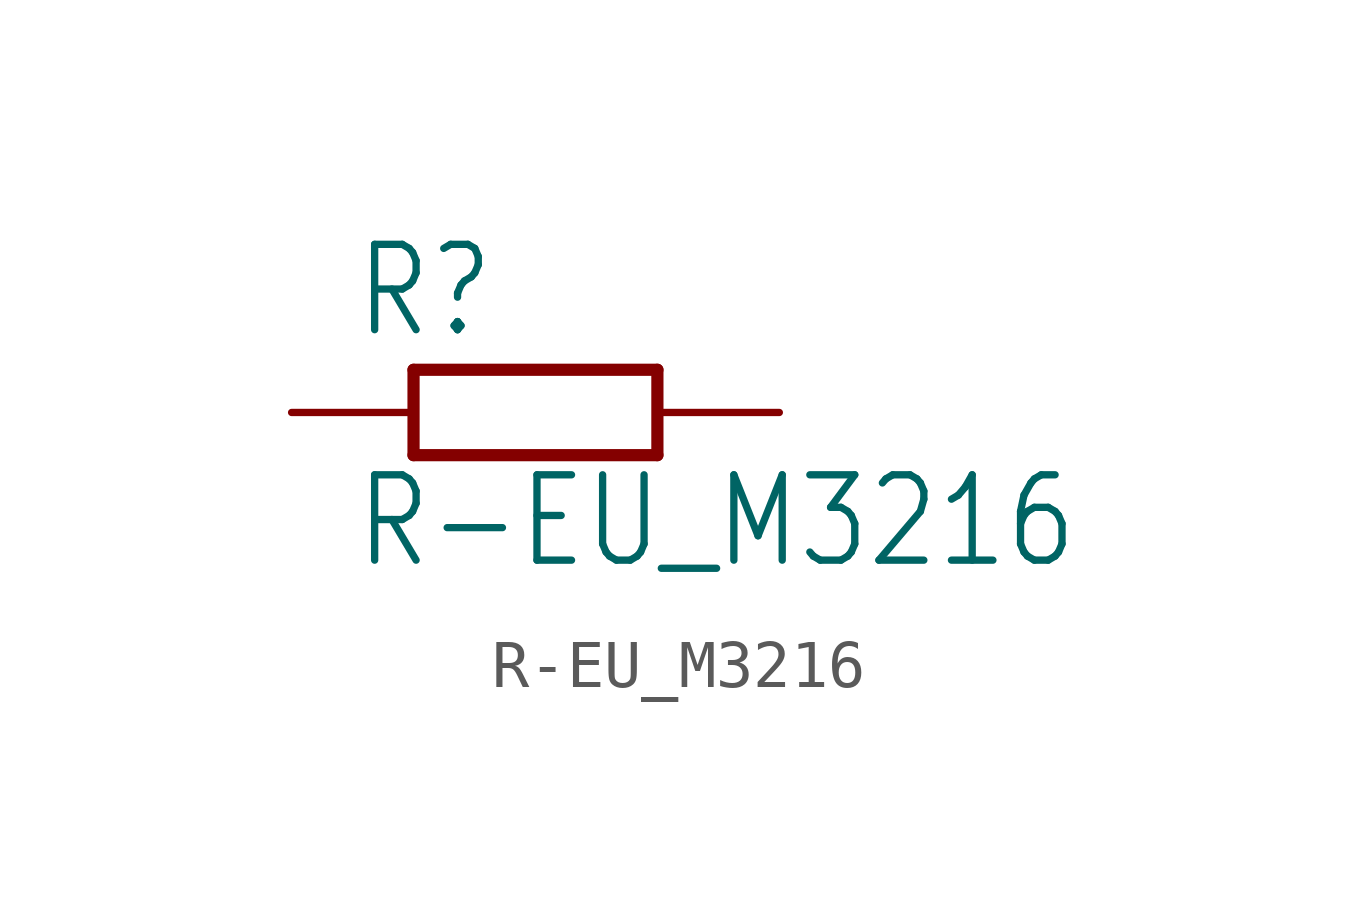
<source format=kicad_sym>
(kicad_symbol_lib
  (version 20211014)
  (generator kicad_symbol_editor)
  (symbol "R-EU_M3216"
    (property "Reference" "R"
      (at -3.81 1.499 0)
      (effects (font (size 1.778 1.511)) (justify left bottom)))
    (property "Value" "R-EU_M3216"
      (at -3.81 -3.302 0)
      (effects (font (size 1.778 1.511)) (justify left bottom)))
    (property "ki_locked" ""
      (at 0 0 0)
      (effects (font (size 1.27 1.27))))
    (symbol "R-EU_M3216_1_0"
      (polyline (pts (xy -2.54 -0.889) (xy -2.54 0.889)) (stroke (width 0.254) (type default) (color 0 0 0 0)) (fill (type none)))
      (polyline (pts (xy -2.54 -0.889) (xy 2.54 -0.889)) (stroke (width 0.254) (type default) (color 0 0 0 0)) (fill (type none)))
      (polyline (pts (xy 2.54 -0.889) (xy 2.54 0.889)) (stroke (width 0.254) (type default) (color 0 0 0 0)) (fill (type none)))
      (polyline (pts (xy 2.54 0.889) (xy -2.54 0.889)) (stroke (width 0.254) (type default) (color 0 0 0 0)) (fill (type none)))
      (pin passive line (at -5.08 0 0) (length 2.54) (name "1" (effects (font (size 0 0)))) (number "1" (effects (font (size 0 0)))))
      (pin passive line (at 5.08 0 180) (length 2.54) (name "2" (effects (font (size 0 0)))) (number "2" (effects (font (size 0 0))))))))
</source>
